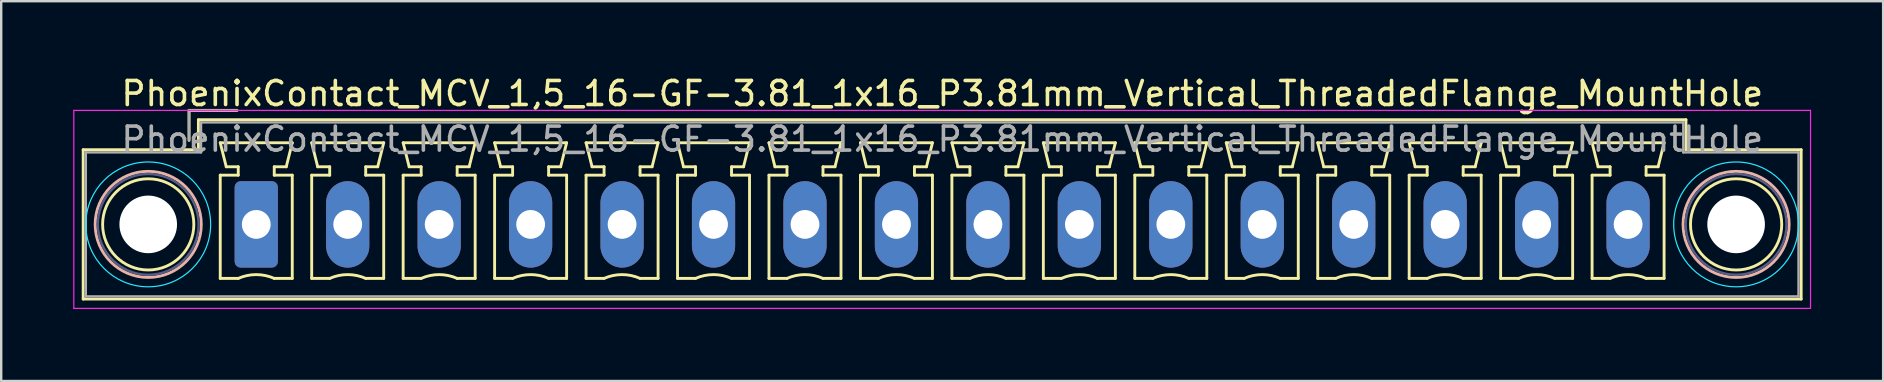
<source format=kicad_pcb>
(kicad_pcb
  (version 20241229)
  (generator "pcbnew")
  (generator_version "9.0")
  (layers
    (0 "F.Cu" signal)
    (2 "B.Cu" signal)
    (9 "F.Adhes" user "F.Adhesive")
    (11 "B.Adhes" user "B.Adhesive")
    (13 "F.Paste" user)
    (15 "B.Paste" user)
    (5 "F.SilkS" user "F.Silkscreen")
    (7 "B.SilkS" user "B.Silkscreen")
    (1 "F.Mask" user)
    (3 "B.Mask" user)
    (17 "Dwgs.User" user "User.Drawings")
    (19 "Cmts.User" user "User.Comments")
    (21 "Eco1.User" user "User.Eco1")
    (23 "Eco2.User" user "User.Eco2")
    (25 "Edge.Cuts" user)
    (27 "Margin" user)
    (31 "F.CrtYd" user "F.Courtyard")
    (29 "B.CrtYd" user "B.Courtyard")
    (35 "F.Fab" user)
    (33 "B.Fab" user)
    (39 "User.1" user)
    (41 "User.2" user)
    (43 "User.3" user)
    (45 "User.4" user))
  (footprint "PhoenixContact_MCV_1,5_16-GF-3.81_1x16_P3.81mm_Vertical_ThreadedFlange_MountHole"
    (layer "F.Cu")
    (at 7.625 6.298)
    (property "Reference" "PhoenixContact_MCV_1,5_16-GF-3.81_1x16_P3.81mm_Vertical_ThreadedFlange_MountHole" (at 28.58 -5.45 0) (layer "F.SilkS") (effects (font (size 1 1) (thickness 0.15))))
    (attr through_hole)
    (fp_line (start -7.21 -3.11) (end -7.21 3.11) (stroke (width 0.12) (type solid)) (layer "F.SilkS"))
    (fp_line (start -7.21 3.11) (end 64.36 3.11) (stroke (width 0.12) (type solid)) (layer "F.SilkS"))
    (fp_line (start -2.8 -4.75) (end -0.8 -4.75) (stroke (width 0.12) (type solid)) (layer "F.SilkS"))
    (fp_line (start -2.8 -3.5) (end -2.8 -4.75) (stroke (width 0.12) (type solid)) (layer "F.SilkS"))
    (fp_line (start -2.41 -4.36) (end -2.41 -3.11) (stroke (width 0.12) (type solid)) (layer "F.SilkS"))
    (fp_line (start -2.41 -3.11) (end -7.21 -3.11) (stroke (width 0.12) (type solid)) (layer "F.SilkS"))
    (fp_line (start -1.5 -3.4) (end 1.5 -3.4) (stroke (width 0.12) (type solid)) (layer "F.SilkS"))
    (fp_line (start -1.5 -2.05) (end -0.75 -2.05) (stroke (width 0.12) (type solid)) (layer "F.SilkS"))
    (fp_line (start -1.5 2.25) (end -1.5 -2.05) (stroke (width 0.12) (type solid)) (layer "F.SilkS"))
    (fp_line (start -1.25 -2.4) (end -1.5 -3.4) (stroke (width 0.12) (type solid)) (layer "F.SilkS"))
    (fp_line (start -0.75 -2.4) (end -1.25 -2.4) (stroke (width 0.12) (type solid)) (layer "F.SilkS"))
    (fp_line (start -0.75 -2.05) (end -0.75 -2.4) (stroke (width 0.12) (type solid)) (layer "F.SilkS"))
    (fp_line (start -0.75 2.25) (end -1.5 2.25) (stroke (width 0.12) (type solid)) (layer "F.SilkS"))
    (fp_line (start 0.75 -2.4) (end 0.75 -2.05) (stroke (width 0.12) (type solid)) (layer "F.SilkS"))
    (fp_line (start 0.75 -2.05) (end 1.5 -2.05) (stroke (width 0.12) (type solid)) (layer "F.SilkS"))
    (fp_line (start 1.25 -2.4) (end 0.75 -2.4) (stroke (width 0.12) (type solid)) (layer "F.SilkS"))
    (fp_line (start 1.5 -3.4) (end 1.25 -2.4) (stroke (width 0.12) (type solid)) (layer "F.SilkS"))
    (fp_line (start 1.5 -2.05) (end 1.5 2.25) (stroke (width 0.12) (type solid)) (layer "F.SilkS"))
    (fp_line (start 1.5 2.25) (end 0.75 2.25) (stroke (width 0.12) (type solid)) (layer "F.SilkS"))
    (fp_line (start 2.31 -3.4) (end 5.31 -3.4) (stroke (width 0.12) (type solid)) (layer "F.SilkS"))
    (fp_line (start 2.31 -2.05) (end 3.06 -2.05) (stroke (width 0.12) (type solid)) (layer "F.SilkS"))
    (fp_line (start 2.31 2.25) (end 2.31 -2.05) (stroke (width 0.12) (type solid)) (layer "F.SilkS"))
    (fp_line (start 2.56 -2.4) (end 2.31 -3.4) (stroke (width 0.12) (type solid)) (layer "F.SilkS"))
    (fp_line (start 3.06 -2.4) (end 2.56 -2.4) (stroke (width 0.12) (type solid)) (layer "F.SilkS"))
    (fp_line (start 3.06 -2.05) (end 3.06 -2.4) (stroke (width 0.12) (type solid)) (layer "F.SilkS"))
    (fp_line (start 3.06 2.25) (end 2.31 2.25) (stroke (width 0.12) (type solid)) (layer "F.SilkS"))
    (fp_line (start 4.56 -2.4) (end 4.56 -2.05) (stroke (width 0.12) (type solid)) (layer "F.SilkS"))
    (fp_line (start 4.56 -2.05) (end 5.31 -2.05) (stroke (width 0.12) (type solid)) (layer "F.SilkS"))
    (fp_line (start 5.06 -2.4) (end 4.56 -2.4) (stroke (width 0.12) (type solid)) (layer "F.SilkS"))
    (fp_line (start 5.31 -3.4) (end 5.06 -2.4) (stroke (width 0.12) (type solid)) (layer "F.SilkS"))
    (fp_line (start 5.31 -2.05) (end 5.31 2.25) (stroke (width 0.12) (type solid)) (layer "F.SilkS"))
    (fp_line (start 5.31 2.25) (end 4.56 2.25) (stroke (width 0.12) (type solid)) (layer "F.SilkS"))
    (fp_line (start 6.12 -3.4) (end 9.12 -3.4) (stroke (width 0.12) (type solid)) (layer "F.SilkS"))
    (fp_line (start 6.12 -2.05) (end 6.87 -2.05) (stroke (width 0.12) (type solid)) (layer "F.SilkS"))
    (fp_line (start 6.12 2.25) (end 6.12 -2.05) (stroke (width 0.12) (type solid)) (layer "F.SilkS"))
    (fp_line (start 6.37 -2.4) (end 6.12 -3.4) (stroke (width 0.12) (type solid)) (layer "F.SilkS"))
    (fp_line (start 6.87 -2.4) (end 6.37 -2.4) (stroke (width 0.12) (type solid)) (layer "F.SilkS"))
    (fp_line (start 6.87 -2.05) (end 6.87 -2.4) (stroke (width 0.12) (type solid)) (layer "F.SilkS"))
    (fp_line (start 6.87 2.25) (end 6.12 2.25) (stroke (width 0.12) (type solid)) (layer "F.SilkS"))
    (fp_line (start 8.37 -2.4) (end 8.37 -2.05) (stroke (width 0.12) (type solid)) (layer "F.SilkS"))
    (fp_line (start 8.37 -2.05) (end 9.12 -2.05) (stroke (width 0.12) (type solid)) (layer "F.SilkS"))
    (fp_line (start 8.87 -2.4) (end 8.37 -2.4) (stroke (width 0.12) (type solid)) (layer "F.SilkS"))
    (fp_line (start 9.12 -3.4) (end 8.87 -2.4) (stroke (width 0.12) (type solid)) (layer "F.SilkS"))
    (fp_line (start 9.12 -2.05) (end 9.12 2.25) (stroke (width 0.12) (type solid)) (layer "F.SilkS"))
    (fp_line (start 9.12 2.25) (end 8.37 2.25) (stroke (width 0.12) (type solid)) (layer "F.SilkS"))
    (fp_line (start 9.93 -3.4) (end 12.93 -3.4) (stroke (width 0.12) (type solid)) (layer "F.SilkS"))
    (fp_line (start 9.93 -2.05) (end 10.68 -2.05) (stroke (width 0.12) (type solid)) (layer "F.SilkS"))
    (fp_line (start 9.93 2.25) (end 9.93 -2.05) (stroke (width 0.12) (type solid)) (layer "F.SilkS"))
    (fp_line (start 10.18 -2.4) (end 9.93 -3.4) (stroke (width 0.12) (type solid)) (layer "F.SilkS"))
    (fp_line (start 10.68 -2.4) (end 10.18 -2.4) (stroke (width 0.12) (type solid)) (layer "F.SilkS"))
    (fp_line (start 10.68 -2.05) (end 10.68 -2.4) (stroke (width 0.12) (type solid)) (layer "F.SilkS"))
    (fp_line (start 10.68 2.25) (end 9.93 2.25) (stroke (width 0.12) (type solid)) (layer "F.SilkS"))
    (fp_line (start 12.18 -2.4) (end 12.18 -2.05) (stroke (width 0.12) (type solid)) (layer "F.SilkS"))
    (fp_line (start 12.18 -2.05) (end 12.93 -2.05) (stroke (width 0.12) (type solid)) (layer "F.SilkS"))
    (fp_line (start 12.68 -2.4) (end 12.18 -2.4) (stroke (width 0.12) (type solid)) (layer "F.SilkS"))
    (fp_line (start 12.93 -3.4) (end 12.68 -2.4) (stroke (width 0.12) (type solid)) (layer "F.SilkS"))
    (fp_line (start 12.93 -2.05) (end 12.93 2.25) (stroke (width 0.12) (type solid)) (layer "F.SilkS"))
    (fp_line (start 12.93 2.25) (end 12.18 2.25) (stroke (width 0.12) (type solid)) (layer "F.SilkS"))
    (fp_line (start 13.74 -3.4) (end 16.74 -3.4) (stroke (width 0.12) (type solid)) (layer "F.SilkS"))
    (fp_line (start 13.74 -2.05) (end 14.49 -2.05) (stroke (width 0.12) (type solid)) (layer "F.SilkS"))
    (fp_line (start 13.74 2.25) (end 13.74 -2.05) (stroke (width 0.12) (type solid)) (layer "F.SilkS"))
    (fp_line (start 13.99 -2.4) (end 13.74 -3.4) (stroke (width 0.12) (type solid)) (layer "F.SilkS"))
    (fp_line (start 14.49 -2.4) (end 13.99 -2.4) (stroke (width 0.12) (type solid)) (layer "F.SilkS"))
    (fp_line (start 14.49 -2.05) (end 14.49 -2.4) (stroke (width 0.12) (type solid)) (layer "F.SilkS"))
    (fp_line (start 14.49 2.25) (end 13.74 2.25) (stroke (width 0.12) (type solid)) (layer "F.SilkS"))
    (fp_line (start 15.99 -2.4) (end 15.99 -2.05) (stroke (width 0.12) (type solid)) (layer "F.SilkS"))
    (fp_line (start 15.99 -2.05) (end 16.74 -2.05) (stroke (width 0.12) (type solid)) (layer "F.SilkS"))
    (fp_line (start 16.49 -2.4) (end 15.99 -2.4) (stroke (width 0.12) (type solid)) (layer "F.SilkS"))
    (fp_line (start 16.74 -3.4) (end 16.49 -2.4) (stroke (width 0.12) (type solid)) (layer "F.SilkS"))
    (fp_line (start 16.74 -2.05) (end 16.74 2.25) (stroke (width 0.12) (type solid)) (layer "F.SilkS"))
    (fp_line (start 16.74 2.25) (end 15.99 2.25) (stroke (width 0.12) (type solid)) (layer "F.SilkS"))
    (fp_line (start 17.55 -3.4) (end 20.55 -3.4) (stroke (width 0.12) (type solid)) (layer "F.SilkS"))
    (fp_line (start 17.55 -2.05) (end 18.3 -2.05) (stroke (width 0.12) (type solid)) (layer "F.SilkS"))
    (fp_line (start 17.55 2.25) (end 17.55 -2.05) (stroke (width 0.12) (type solid)) (layer "F.SilkS"))
    (fp_line (start 17.8 -2.4) (end 17.55 -3.4) (stroke (width 0.12) (type solid)) (layer "F.SilkS"))
    (fp_line (start 18.3 -2.4) (end 17.8 -2.4) (stroke (width 0.12) (type solid)) (layer "F.SilkS"))
    (fp_line (start 18.3 -2.05) (end 18.3 -2.4) (stroke (width 0.12) (type solid)) (layer "F.SilkS"))
    (fp_line (start 18.3 2.25) (end 17.55 2.25) (stroke (width 0.12) (type solid)) (layer "F.SilkS"))
    (fp_line (start 19.8 -2.4) (end 19.8 -2.05) (stroke (width 0.12) (type solid)) (layer "F.SilkS"))
    (fp_line (start 19.8 -2.05) (end 20.55 -2.05) (stroke (width 0.12) (type solid)) (layer "F.SilkS"))
    (fp_line (start 20.3 -2.4) (end 19.8 -2.4) (stroke (width 0.12) (type solid)) (layer "F.SilkS"))
    (fp_line (start 20.55 -3.4) (end 20.3 -2.4) (stroke (width 0.12) (type solid)) (layer "F.SilkS"))
    (fp_line (start 20.55 -2.05) (end 20.55 2.25) (stroke (width 0.12) (type solid)) (layer "F.SilkS"))
    (fp_line (start 20.55 2.25) (end 19.8 2.25) (stroke (width 0.12) (type solid)) (layer "F.SilkS"))
    (fp_line (start 21.36 -3.4) (end 24.36 -3.4) (stroke (width 0.12) (type solid)) (layer "F.SilkS"))
    (fp_line (start 21.36 -2.05) (end 22.11 -2.05) (stroke (width 0.12) (type solid)) (layer "F.SilkS"))
    (fp_line (start 21.36 2.25) (end 21.36 -2.05) (stroke (width 0.12) (type solid)) (layer "F.SilkS"))
    (fp_line (start 21.61 -2.4) (end 21.36 -3.4) (stroke (width 0.12) (type solid)) (layer "F.SilkS"))
    (fp_line (start 22.11 -2.4) (end 21.61 -2.4) (stroke (width 0.12) (type solid)) (layer "F.SilkS"))
    (fp_line (start 22.11 -2.05) (end 22.11 -2.4) (stroke (width 0.12) (type solid)) (layer "F.SilkS"))
    (fp_line (start 22.11 2.25) (end 21.36 2.25) (stroke (width 0.12) (type solid)) (layer "F.SilkS"))
    (fp_line (start 23.61 -2.4) (end 23.61 -2.05) (stroke (width 0.12) (type solid)) (layer "F.SilkS"))
    (fp_line (start 23.61 -2.05) (end 24.36 -2.05) (stroke (width 0.12) (type solid)) (layer "F.SilkS"))
    (fp_line (start 24.11 -2.4) (end 23.61 -2.4) (stroke (width 0.12) (type solid)) (layer "F.SilkS"))
    (fp_line (start 24.36 -3.4) (end 24.11 -2.4) (stroke (width 0.12) (type solid)) (layer "F.SilkS"))
    (fp_line (start 24.36 -2.05) (end 24.36 2.25) (stroke (width 0.12) (type solid)) (layer "F.SilkS"))
    (fp_line (start 24.36 2.25) (end 23.61 2.25) (stroke (width 0.12) (type solid)) (layer "F.SilkS"))
    (fp_line (start 25.17 -3.4) (end 28.17 -3.4) (stroke (width 0.12) (type solid)) (layer "F.SilkS"))
    (fp_line (start 25.17 -2.05) (end 25.92 -2.05) (stroke (width 0.12) (type solid)) (layer "F.SilkS"))
    (fp_line (start 25.17 2.25) (end 25.17 -2.05) (stroke (width 0.12) (type solid)) (layer "F.SilkS"))
    (fp_line (start 25.42 -2.4) (end 25.17 -3.4) (stroke (width 0.12) (type solid)) (layer "F.SilkS"))
    (fp_line (start 25.92 -2.4) (end 25.42 -2.4) (stroke (width 0.12) (type solid)) (layer "F.SilkS"))
    (fp_line (start 25.92 -2.05) (end 25.92 -2.4) (stroke (width 0.12) (type solid)) (layer "F.SilkS"))
    (fp_line (start 25.92 2.25) (end 25.17 2.25) (stroke (width 0.12) (type solid)) (layer "F.SilkS"))
    (fp_line (start 27.42 -2.4) (end 27.42 -2.05) (stroke (width 0.12) (type solid)) (layer "F.SilkS"))
    (fp_line (start 27.42 -2.05) (end 28.17 -2.05) (stroke (width 0.12) (type solid)) (layer "F.SilkS"))
    (fp_line (start 27.92 -2.4) (end 27.42 -2.4) (stroke (width 0.12) (type solid)) (layer "F.SilkS"))
    (fp_line (start 28.17 -3.4) (end 27.92 -2.4) (stroke (width 0.12) (type solid)) (layer "F.SilkS"))
    (fp_line (start 28.17 -2.05) (end 28.17 2.25) (stroke (width 0.12) (type solid)) (layer "F.SilkS"))
    (fp_line (start 28.17 2.25) (end 27.42 2.25) (stroke (width 0.12) (type solid)) (layer "F.SilkS"))
    (fp_line (start 28.98 -3.4) (end 31.98 -3.4) (stroke (width 0.12) (type solid)) (layer "F.SilkS"))
    (fp_line (start 28.98 -2.05) (end 29.73 -2.05) (stroke (width 0.12) (type solid)) (layer "F.SilkS"))
    (fp_line (start 28.98 2.25) (end 28.98 -2.05) (stroke (width 0.12) (type solid)) (layer "F.SilkS"))
    (fp_line (start 29.23 -2.4) (end 28.98 -3.4) (stroke (width 0.12) (type solid)) (layer "F.SilkS"))
    (fp_line (start 29.73 -2.4) (end 29.23 -2.4) (stroke (width 0.12) (type solid)) (layer "F.SilkS"))
    (fp_line (start 29.73 -2.05) (end 29.73 -2.4) (stroke (width 0.12) (type solid)) (layer "F.SilkS"))
    (fp_line (start 29.73 2.25) (end 28.98 2.25) (stroke (width 0.12) (type solid)) (layer "F.SilkS"))
    (fp_line (start 31.23 -2.4) (end 31.23 -2.05) (stroke (width 0.12) (type solid)) (layer "F.SilkS"))
    (fp_line (start 31.23 -2.05) (end 31.98 -2.05) (stroke (width 0.12) (type solid)) (layer "F.SilkS"))
    (fp_line (start 31.73 -2.4) (end 31.23 -2.4) (stroke (width 0.12) (type solid)) (layer "F.SilkS"))
    (fp_line (start 31.98 -3.4) (end 31.73 -2.4) (stroke (width 0.12) (type solid)) (layer "F.SilkS"))
    (fp_line (start 31.98 -2.05) (end 31.98 2.25) (stroke (width 0.12) (type solid)) (layer "F.SilkS"))
    (fp_line (start 31.98 2.25) (end 31.23 2.25) (stroke (width 0.12) (type solid)) (layer "F.SilkS"))
    (fp_line (start 32.79 -3.4) (end 35.79 -3.4) (stroke (width 0.12) (type solid)) (layer "F.SilkS"))
    (fp_line (start 32.79 -2.05) (end 33.54 -2.05) (stroke (width 0.12) (type solid)) (layer "F.SilkS"))
    (fp_line (start 32.79 2.25) (end 32.79 -2.05) (stroke (width 0.12) (type solid)) (layer "F.SilkS"))
    (fp_line (start 33.04 -2.4) (end 32.79 -3.4) (stroke (width 0.12) (type solid)) (layer "F.SilkS"))
    (fp_line (start 33.54 -2.4) (end 33.04 -2.4) (stroke (width 0.12) (type solid)) (layer "F.SilkS"))
    (fp_line (start 33.54 -2.05) (end 33.54 -2.4) (stroke (width 0.12) (type solid)) (layer "F.SilkS"))
    (fp_line (start 33.54 2.25) (end 32.79 2.25) (stroke (width 0.12) (type solid)) (layer "F.SilkS"))
    (fp_line (start 35.04 -2.4) (end 35.04 -2.05) (stroke (width 0.12) (type solid)) (layer "F.SilkS"))
    (fp_line (start 35.04 -2.05) (end 35.79 -2.05) (stroke (width 0.12) (type solid)) (layer "F.SilkS"))
    (fp_line (start 35.54 -2.4) (end 35.04 -2.4) (stroke (width 0.12) (type solid)) (layer "F.SilkS"))
    (fp_line (start 35.79 -3.4) (end 35.54 -2.4) (stroke (width 0.12) (type solid)) (layer "F.SilkS"))
    (fp_line (start 35.79 -2.05) (end 35.79 2.25) (stroke (width 0.12) (type solid)) (layer "F.SilkS"))
    (fp_line (start 35.79 2.25) (end 35.04 2.25) (stroke (width 0.12) (type solid)) (layer "F.SilkS"))
    (fp_line (start 36.6 -3.4) (end 39.6 -3.4) (stroke (width 0.12) (type solid)) (layer "F.SilkS"))
    (fp_line (start 36.6 -2.05) (end 37.35 -2.05) (stroke (width 0.12) (type solid)) (layer "F.SilkS"))
    (fp_line (start 36.6 2.25) (end 36.6 -2.05) (stroke (width 0.12) (type solid)) (layer "F.SilkS"))
    (fp_line (start 36.85 -2.4) (end 36.6 -3.4) (stroke (width 0.12) (type solid)) (layer "F.SilkS"))
    (fp_line (start 37.35 -2.4) (end 36.85 -2.4) (stroke (width 0.12) (type solid)) (layer "F.SilkS"))
    (fp_line (start 37.35 -2.05) (end 37.35 -2.4) (stroke (width 0.12) (type solid)) (layer "F.SilkS"))
    (fp_line (start 37.35 2.25) (end 36.6 2.25) (stroke (width 0.12) (type solid)) (layer "F.SilkS"))
    (fp_line (start 38.85 -2.4) (end 38.85 -2.05) (stroke (width 0.12) (type solid)) (layer "F.SilkS"))
    (fp_line (start 38.85 -2.05) (end 39.6 -2.05) (stroke (width 0.12) (type solid)) (layer "F.SilkS"))
    (fp_line (start 39.35 -2.4) (end 38.85 -2.4) (stroke (width 0.12) (type solid)) (layer "F.SilkS"))
    (fp_line (start 39.6 -3.4) (end 39.35 -2.4) (stroke (width 0.12) (type solid)) (layer "F.SilkS"))
    (fp_line (start 39.6 -2.05) (end 39.6 2.25) (stroke (width 0.12) (type solid)) (layer "F.SilkS"))
    (fp_line (start 39.6 2.25) (end 38.85 2.25) (stroke (width 0.12) (type solid)) (layer "F.SilkS"))
    (fp_line (start 40.41 -3.4) (end 43.41 -3.4) (stroke (width 0.12) (type solid)) (layer "F.SilkS"))
    (fp_line (start 40.41 -2.05) (end 41.16 -2.05) (stroke (width 0.12) (type solid)) (layer "F.SilkS"))
    (fp_line (start 40.41 2.25) (end 40.41 -2.05) (stroke (width 0.12) (type solid)) (layer "F.SilkS"))
    (fp_line (start 40.66 -2.4) (end 40.41 -3.4) (stroke (width 0.12) (type solid)) (layer "F.SilkS"))
    (fp_line (start 41.16 -2.4) (end 40.66 -2.4) (stroke (width 0.12) (type solid)) (layer "F.SilkS"))
    (fp_line (start 41.16 -2.05) (end 41.16 -2.4) (stroke (width 0.12) (type solid)) (layer "F.SilkS"))
    (fp_line (start 41.16 2.25) (end 40.41 2.25) (stroke (width 0.12) (type solid)) (layer "F.SilkS"))
    (fp_line (start 42.66 -2.4) (end 42.66 -2.05) (stroke (width 0.12) (type solid)) (layer "F.SilkS"))
    (fp_line (start 42.66 -2.05) (end 43.41 -2.05) (stroke (width 0.12) (type solid)) (layer "F.SilkS"))
    (fp_line (start 43.16 -2.4) (end 42.66 -2.4) (stroke (width 0.12) (type solid)) (layer "F.SilkS"))
    (fp_line (start 43.41 -3.4) (end 43.16 -2.4) (stroke (width 0.12) (type solid)) (layer "F.SilkS"))
    (fp_line (start 43.41 -2.05) (end 43.41 2.25) (stroke (width 0.12) (type solid)) (layer "F.SilkS"))
    (fp_line (start 43.41 2.25) (end 42.66 2.25) (stroke (width 0.12) (type solid)) (layer "F.SilkS"))
    (fp_line (start 44.22 -3.4) (end 47.22 -3.4) (stroke (width 0.12) (type solid)) (layer "F.SilkS"))
    (fp_line (start 44.22 -2.05) (end 44.97 -2.05) (stroke (width 0.12) (type solid)) (layer "F.SilkS"))
    (fp_line (start 44.22 2.25) (end 44.22 -2.05) (stroke (width 0.12) (type solid)) (layer "F.SilkS"))
    (fp_line (start 44.47 -2.4) (end 44.22 -3.4) (stroke (width 0.12) (type solid)) (layer "F.SilkS"))
    (fp_line (start 44.97 -2.4) (end 44.47 -2.4) (stroke (width 0.12) (type solid)) (layer "F.SilkS"))
    (fp_line (start 44.97 -2.05) (end 44.97 -2.4) (stroke (width 0.12) (type solid)) (layer "F.SilkS"))
    (fp_line (start 44.97 2.25) (end 44.22 2.25) (stroke (width 0.12) (type solid)) (layer "F.SilkS"))
    (fp_line (start 46.47 -2.4) (end 46.47 -2.05) (stroke (width 0.12) (type solid)) (layer "F.SilkS"))
    (fp_line (start 46.47 -2.05) (end 47.22 -2.05) (stroke (width 0.12) (type solid)) (layer "F.SilkS"))
    (fp_line (start 46.97 -2.4) (end 46.47 -2.4) (stroke (width 0.12) (type solid)) (layer "F.SilkS"))
    (fp_line (start 47.22 -3.4) (end 46.97 -2.4) (stroke (width 0.12) (type solid)) (layer "F.SilkS"))
    (fp_line (start 47.22 -2.05) (end 47.22 2.25) (stroke (width 0.12) (type solid)) (layer "F.SilkS"))
    (fp_line (start 47.22 2.25) (end 46.47 2.25) (stroke (width 0.12) (type solid)) (layer "F.SilkS"))
    (fp_line (start 48.03 -3.4) (end 51.03 -3.4) (stroke (width 0.12) (type solid)) (layer "F.SilkS"))
    (fp_line (start 48.03 -2.05) (end 48.78 -2.05) (stroke (width 0.12) (type solid)) (layer "F.SilkS"))
    (fp_line (start 48.03 2.25) (end 48.03 -2.05) (stroke (width 0.12) (type solid)) (layer "F.SilkS"))
    (fp_line (start 48.28 -2.4) (end 48.03 -3.4) (stroke (width 0.12) (type solid)) (layer "F.SilkS"))
    (fp_line (start 48.78 -2.4) (end 48.28 -2.4) (stroke (width 0.12) (type solid)) (layer "F.SilkS"))
    (fp_line (start 48.78 -2.05) (end 48.78 -2.4) (stroke (width 0.12) (type solid)) (layer "F.SilkS"))
    (fp_line (start 48.78 2.25) (end 48.03 2.25) (stroke (width 0.12) (type solid)) (layer "F.SilkS"))
    (fp_line (start 50.28 -2.4) (end 50.28 -2.05) (stroke (width 0.12) (type solid)) (layer "F.SilkS"))
    (fp_line (start 50.28 -2.05) (end 51.03 -2.05) (stroke (width 0.12) (type solid)) (layer "F.SilkS"))
    (fp_line (start 50.78 -2.4) (end 50.28 -2.4) (stroke (width 0.12) (type solid)) (layer "F.SilkS"))
    (fp_line (start 51.03 -3.4) (end 50.78 -2.4) (stroke (width 0.12) (type solid)) (layer "F.SilkS"))
    (fp_line (start 51.03 -2.05) (end 51.03 2.25) (stroke (width 0.12) (type solid)) (layer "F.SilkS"))
    (fp_line (start 51.03 2.25) (end 50.28 2.25) (stroke (width 0.12) (type solid)) (layer "F.SilkS"))
    (fp_line (start 51.84 -3.4) (end 54.84 -3.4) (stroke (width 0.12) (type solid)) (layer "F.SilkS"))
    (fp_line (start 51.84 -2.05) (end 52.59 -2.05) (stroke (width 0.12) (type solid)) (layer "F.SilkS"))
    (fp_line (start 51.84 2.25) (end 51.84 -2.05) (stroke (width 0.12) (type solid)) (layer "F.SilkS"))
    (fp_line (start 52.09 -2.4) (end 51.84 -3.4) (stroke (width 0.12) (type solid)) (layer "F.SilkS"))
    (fp_line (start 52.59 -2.4) (end 52.09 -2.4) (stroke (width 0.12) (type solid)) (layer "F.SilkS"))
    (fp_line (start 52.59 -2.05) (end 52.59 -2.4) (stroke (width 0.12) (type solid)) (layer "F.SilkS"))
    (fp_line (start 52.59 2.25) (end 51.84 2.25) (stroke (width 0.12) (type solid)) (layer "F.SilkS"))
    (fp_line (start 54.09 -2.4) (end 54.09 -2.05) (stroke (width 0.12) (type solid)) (layer "F.SilkS"))
    (fp_line (start 54.09 -2.05) (end 54.84 -2.05) (stroke (width 0.12) (type solid)) (layer "F.SilkS"))
    (fp_line (start 54.59 -2.4) (end 54.09 -2.4) (stroke (width 0.12) (type solid)) (layer "F.SilkS"))
    (fp_line (start 54.84 -3.4) (end 54.59 -2.4) (stroke (width 0.12) (type solid)) (layer "F.SilkS"))
    (fp_line (start 54.84 -2.05) (end 54.84 2.25) (stroke (width 0.12) (type solid)) (layer "F.SilkS"))
    (fp_line (start 54.84 2.25) (end 54.09 2.25) (stroke (width 0.12) (type solid)) (layer "F.SilkS"))
    (fp_line (start 55.65 -3.4) (end 58.65 -3.4) (stroke (width 0.12) (type solid)) (layer "F.SilkS"))
    (fp_line (start 55.65 -2.05) (end 56.4 -2.05) (stroke (width 0.12) (type solid)) (layer "F.SilkS"))
    (fp_line (start 55.65 2.25) (end 55.65 -2.05) (stroke (width 0.12) (type solid)) (layer "F.SilkS"))
    (fp_line (start 55.9 -2.4) (end 55.65 -3.4) (stroke (width 0.12) (type solid)) (layer "F.SilkS"))
    (fp_line (start 56.4 -2.4) (end 55.9 -2.4) (stroke (width 0.12) (type solid)) (layer "F.SilkS"))
    (fp_line (start 56.4 -2.05) (end 56.4 -2.4) (stroke (width 0.12) (type solid)) (layer "F.SilkS"))
    (fp_line (start 56.4 2.25) (end 55.65 2.25) (stroke (width 0.12) (type solid)) (layer "F.SilkS"))
    (fp_line (start 57.9 -2.4) (end 57.9 -2.05) (stroke (width 0.12) (type solid)) (layer "F.SilkS"))
    (fp_line (start 57.9 -2.05) (end 58.65 -2.05) (stroke (width 0.12) (type solid)) (layer "F.SilkS"))
    (fp_line (start 58.4 -2.4) (end 57.9 -2.4) (stroke (width 0.12) (type solid)) (layer "F.SilkS"))
    (fp_line (start 58.65 -3.4) (end 58.4 -2.4) (stroke (width 0.12) (type solid)) (layer "F.SilkS"))
    (fp_line (start 58.65 -2.05) (end 58.65 2.25) (stroke (width 0.12) (type solid)) (layer "F.SilkS"))
    (fp_line (start 58.65 2.25) (end 57.9 2.25) (stroke (width 0.12) (type solid)) (layer "F.SilkS"))
    (fp_line (start 59.56 -4.36) (end -2.41 -4.36) (stroke (width 0.12) (type solid)) (layer "F.SilkS"))
    (fp_line (start 59.56 -3.11) (end 59.56 -4.36) (stroke (width 0.12) (type solid)) (layer "F.SilkS"))
    (fp_line (start 64.36 -3.11) (end 59.56 -3.11) (stroke (width 0.12) (type solid)) (layer "F.SilkS"))
    (fp_line (start 64.36 3.11) (end 64.36 -3.11) (stroke (width 0.12) (type solid)) (layer "F.SilkS"))
    (fp_arc (start -0.75 2.25) (mid -0.000193 2.09191) (end 0.749647 2.249844) (stroke (width 0.12) (type solid)) (layer "F.SilkS"))
    (fp_arc (start 3.06 2.25) (mid 3.809807 2.09191) (end 4.559647 2.249844) (stroke (width 0.12) (type solid)) (layer "F.SilkS"))
    (fp_arc (start 6.87 2.25) (mid 7.619807 2.09191) (end 8.369647 2.249844) (stroke (width 0.12) (type solid)) (layer "F.SilkS"))
    (fp_arc (start 10.68 2.25) (mid 11.429807 2.09191) (end 12.179647 2.249844) (stroke (width 0.12) (type solid)) (layer "F.SilkS"))
    (fp_arc (start 14.49 2.25) (mid 15.239807 2.09191) (end 15.989647 2.249844) (stroke (width 0.12) (type solid)) (layer "F.SilkS"))
    (fp_arc (start 18.3 2.25) (mid 19.049807 2.09191) (end 19.799647 2.249844) (stroke (width 0.12) (type solid)) (layer "F.SilkS"))
    (fp_arc (start 22.11 2.25) (mid 22.859807 2.09191) (end 23.609647 2.249844) (stroke (width 0.12) (type solid)) (layer "F.SilkS"))
    (fp_arc (start 25.92 2.25) (mid 26.669807 2.09191) (end 27.419647 2.249844) (stroke (width 0.12) (type solid)) (layer "F.SilkS"))
    (fp_arc (start 29.73 2.25) (mid 30.479807 2.09191) (end 31.229647 2.249844) (stroke (width 0.12) (type solid)) (layer "F.SilkS"))
    (fp_arc (start 33.54 2.25) (mid 34.289807 2.09191) (end 35.039647 2.249844) (stroke (width 0.12) (type solid)) (layer "F.SilkS"))
    (fp_arc (start 37.35 2.25) (mid 38.099807 2.09191) (end 38.849647 2.249844) (stroke (width 0.12) (type solid)) (layer "F.SilkS"))
    (fp_arc (start 41.16 2.25) (mid 41.909807 2.09191) (end 42.659647 2.249844) (stroke (width 0.12) (type solid)) (layer "F.SilkS"))
    (fp_arc (start 44.97 2.25) (mid 45.719807 2.09191) (end 46.469647 2.249844) (stroke (width 0.12) (type solid)) (layer "F.SilkS"))
    (fp_arc (start 48.78 2.25) (mid 49.529807 2.09191) (end 50.279647 2.249844) (stroke (width 0.12) (type solid)) (layer "F.SilkS"))
    (fp_arc (start 52.59 2.25) (mid 53.339807 2.09191) (end 54.089647 2.249844) (stroke (width 0.12) (type solid)) (layer "F.SilkS"))
    (fp_arc (start 56.4 2.25) (mid 57.149807 2.09191) (end 57.899647 2.249844) (stroke (width 0.12) (type solid)) (layer "F.SilkS"))
    (fp_circle (center -4.5 0) (end -2.6 0) (stroke (width 0.12) (type solid)) (fill no) (layer "F.SilkS"))
    (fp_circle (center 61.65 0) (end 63.55 0) (stroke (width 0.12) (type solid)) (fill no) (layer "F.SilkS"))
    (fp_circle (center -4.5 0) (end -2.29 0) (stroke (width 0.12) (type solid)) (fill no) (layer "B.SilkS"))
    (fp_circle (center 61.65 0) (end 63.86 0) (stroke (width 0.12) (type solid)) (fill no) (layer "B.SilkS"))
    (fp_circle (center -4.5 0) (end -1.9 0) (stroke (width 0.05) (type solid)) (fill no) (layer "B.CrtYd"))
    (fp_circle (center 61.65 0) (end 64.25 0) (stroke (width 0.05) (type solid)) (fill no) (layer "B.CrtYd"))
    (fp_line (start -7.6 -4.75) (end -7.6 3.5) (stroke (width 0.05) (type solid)) (layer "F.CrtYd"))
    (fp_line (start -7.6 3.5) (end 64.75 3.5) (stroke (width 0.05) (type solid)) (layer "F.CrtYd"))
    (fp_line (start 64.75 -4.75) (end -7.6 -4.75) (stroke (width 0.05) (type solid)) (layer "F.CrtYd"))
    (fp_line (start 64.75 3.5) (end 64.75 -4.75) (stroke (width 0.05) (type solid)) (layer "F.CrtYd"))
    (fp_circle (center -4.5 0) (end -2.4 0) (stroke (width 0.1) (type solid)) (fill no) (layer "B.Fab"))
    (fp_circle (center 61.65 0) (end 63.75 0) (stroke (width 0.1) (type solid)) (fill no) (layer "B.Fab"))
    (fp_line (start -7.1 -3) (end -7.1 3) (stroke (width 0.1) (type solid)) (layer "F.Fab"))
    (fp_line (start -7.1 3) (end 64.25 3) (stroke (width 0.1) (type solid)) (layer "F.Fab"))
    (fp_line (start -2.8 -4.75) (end -0.8 -4.75) (stroke (width 0.1) (type solid)) (layer "F.Fab"))
    (fp_line (start -2.8 -3.5) (end -2.8 -4.75) (stroke (width 0.1) (type solid)) (layer "F.Fab"))
    (fp_line (start -2.3 -4.25) (end -2.3 -3) (stroke (width 0.1) (type solid)) (layer "F.Fab"))
    (fp_line (start -2.3 -3) (end -7.1 -3) (stroke (width 0.1) (type solid)) (layer "F.Fab"))
    (fp_line (start 59.45 -4.25) (end -2.3 -4.25) (stroke (width 0.1) (type solid)) (layer "F.Fab"))
    (fp_line (start 59.45 -3) (end 59.45 -4.25) (stroke (width 0.1) (type solid)) (layer "F.Fab"))
    (fp_line (start 64.25 -3) (end 59.45 -3) (stroke (width 0.1) (type solid)) (layer "F.Fab"))
    (fp_line (start 64.25 3) (end 64.25 -3) (stroke (width 0.1) (type solid)) (layer "F.Fab"))
    (fp_text user "${REFERENCE}" (at 28.58 -3.55 0) (layer "F.Fab") (effects (font (size 1 1) (thickness 0.15))))
    (pad "" np_thru_hole circle (at -4.5 0) (size 2.4 2.4) (drill 2.4) (layers "*.Cu" "*.Mask"))
    (pad "" np_thru_hole circle (at 61.65 0) (size 2.4 2.4) (drill 2.4) (layers "*.Cu" "*.Mask"))
    (pad "1" thru_hole roundrect (at 0 0) (size 1.8 3.6) (drill 1.2) (layers "*.Cu" "*.Mask") (roundrect_rratio 0.139))
    (pad "2" thru_hole oval (at 3.81 0) (size 1.8 3.6) (drill 1.2) (layers "*.Cu" "*.Mask"))
    (pad "3" thru_hole oval (at 7.62 0) (size 1.8 3.6) (drill 1.2) (layers "*.Cu" "*.Mask"))
    (pad "4" thru_hole oval (at 11.43 0) (size 1.8 3.6) (drill 1.2) (layers "*.Cu" "*.Mask"))
    (pad "5" thru_hole oval (at 15.24 0) (size 1.8 3.6) (drill 1.2) (layers "*.Cu" "*.Mask"))
    (pad "6" thru_hole oval (at 19.05 0) (size 1.8 3.6) (drill 1.2) (layers "*.Cu" "*.Mask"))
    (pad "7" thru_hole oval (at 22.86 0) (size 1.8 3.6) (drill 1.2) (layers "*.Cu" "*.Mask"))
    (pad "8" thru_hole oval (at 26.67 0) (size 1.8 3.6) (drill 1.2) (layers "*.Cu" "*.Mask"))
    (pad "9" thru_hole oval (at 30.48 0) (size 1.8 3.6) (drill 1.2) (layers "*.Cu" "*.Mask"))
    (pad "10" thru_hole oval (at 34.29 0) (size 1.8 3.6) (drill 1.2) (layers "*.Cu" "*.Mask"))
    (pad "11" thru_hole oval (at 38.1 0) (size 1.8 3.6) (drill 1.2) (layers "*.Cu" "*.Mask"))
    (pad "12" thru_hole oval (at 41.91 0) (size 1.8 3.6) (drill 1.2) (layers "*.Cu" "*.Mask"))
    (pad "13" thru_hole oval (at 45.72 0) (size 1.8 3.6) (drill 1.2) (layers "*.Cu" "*.Mask"))
    (pad "14" thru_hole oval (at 49.53 0) (size 1.8 3.6) (drill 1.2) (layers "*.Cu" "*.Mask"))
    (pad "15" thru_hole oval (at 53.34 0) (size 1.8 3.6) (drill 1.2) (layers "*.Cu" "*.Mask"))
    (pad "16" thru_hole oval (at 57.15 0) (size 1.8 3.6) (drill 1.2) (layers "*.Cu" "*.Mask")))
  (gr_rect
    (start -3 -3)
    (end 75.4 12.823)
    (stroke (width 0.1) (type default))
    (fill no)
    (layer "Edge.Cuts")))
</source>
